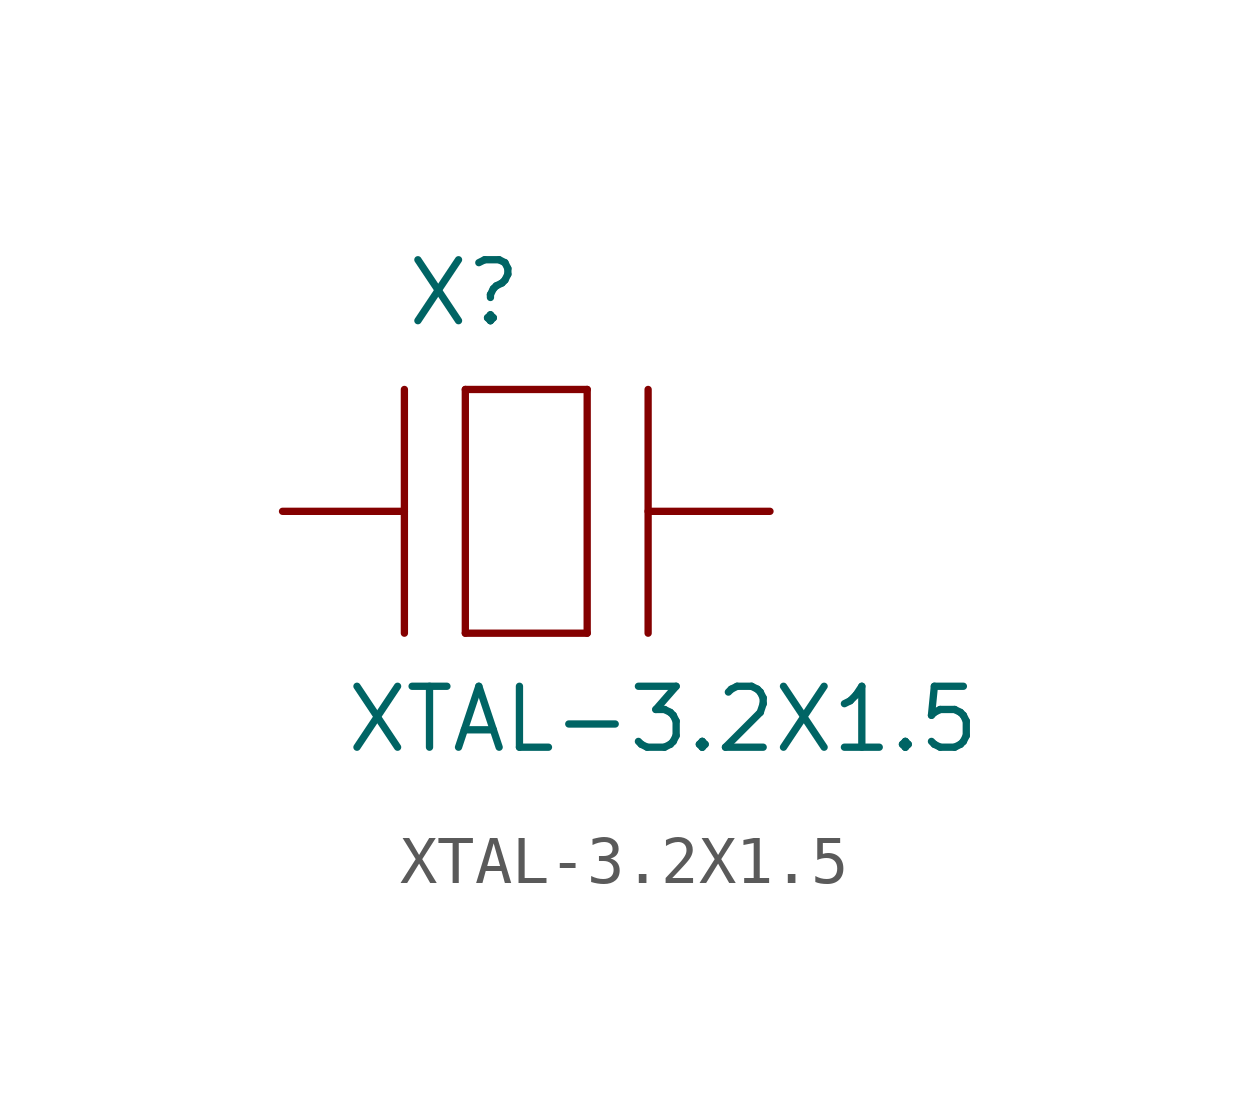
<source format=kicad_sym>
(kicad_symbol_lib
  (version 20211014)
  (generator kicad_symbol_editor)
  (symbol "XTAL-3.2X1.5"
    (pin_names
      (offset 1.016))
    (property "Reference" "X"
      (at -2.54 3.81 0)
      (effects (font (size 1.27 1.27)) (justify left bottom)))
    (property "Value" "XTAL-3.2X1.5"
      (at -3.81 -5.08 0)
      (effects (font (size 1.27 1.27)) (justify left bottom)))
    (property "ki_locked" ""
      (at 0 0 0)
      (effects (font (size 1.27 1.27))))
    (symbol "XTAL-3.2X1.5_1_0"
      (polyline (pts (xy -2.54 2.54) (xy -2.54 -2.54)) (stroke (width 0) (type default) (color 0 0 0 0)) (fill (type none)))
      (polyline (pts (xy -1.27 -2.54) (xy 1.27 -2.54)) (stroke (width 0) (type default) (color 0 0 0 0)) (fill (type none)))
      (polyline (pts (xy -1.27 2.54) (xy -1.27 -2.54)) (stroke (width 0) (type default) (color 0 0 0 0)) (fill (type none)))
      (polyline (pts (xy 1.27 -2.54) (xy 1.27 2.54)) (stroke (width 0) (type default) (color 0 0 0 0)) (fill (type none)))
      (polyline (pts (xy 1.27 2.54) (xy -1.27 2.54)) (stroke (width 0) (type default) (color 0 0 0 0)) (fill (type none)))
      (polyline (pts (xy 2.54 2.54) (xy 2.54 -2.54)) (stroke (width 0) (type default) (color 0 0 0 0)) (fill (type none)))
      (pin bidirectional line (at -5.08 0 0) (length 2.54) (name "P$1" (effects (font (size 0 0)))) (number "P$1" (effects (font (size 0 0)))))
      (pin bidirectional line (at 5.08 0 180) (length 2.54) (name "P$2" (effects (font (size 0 0)))) (number "P$2" (effects (font (size 0 0))))))))
</source>
